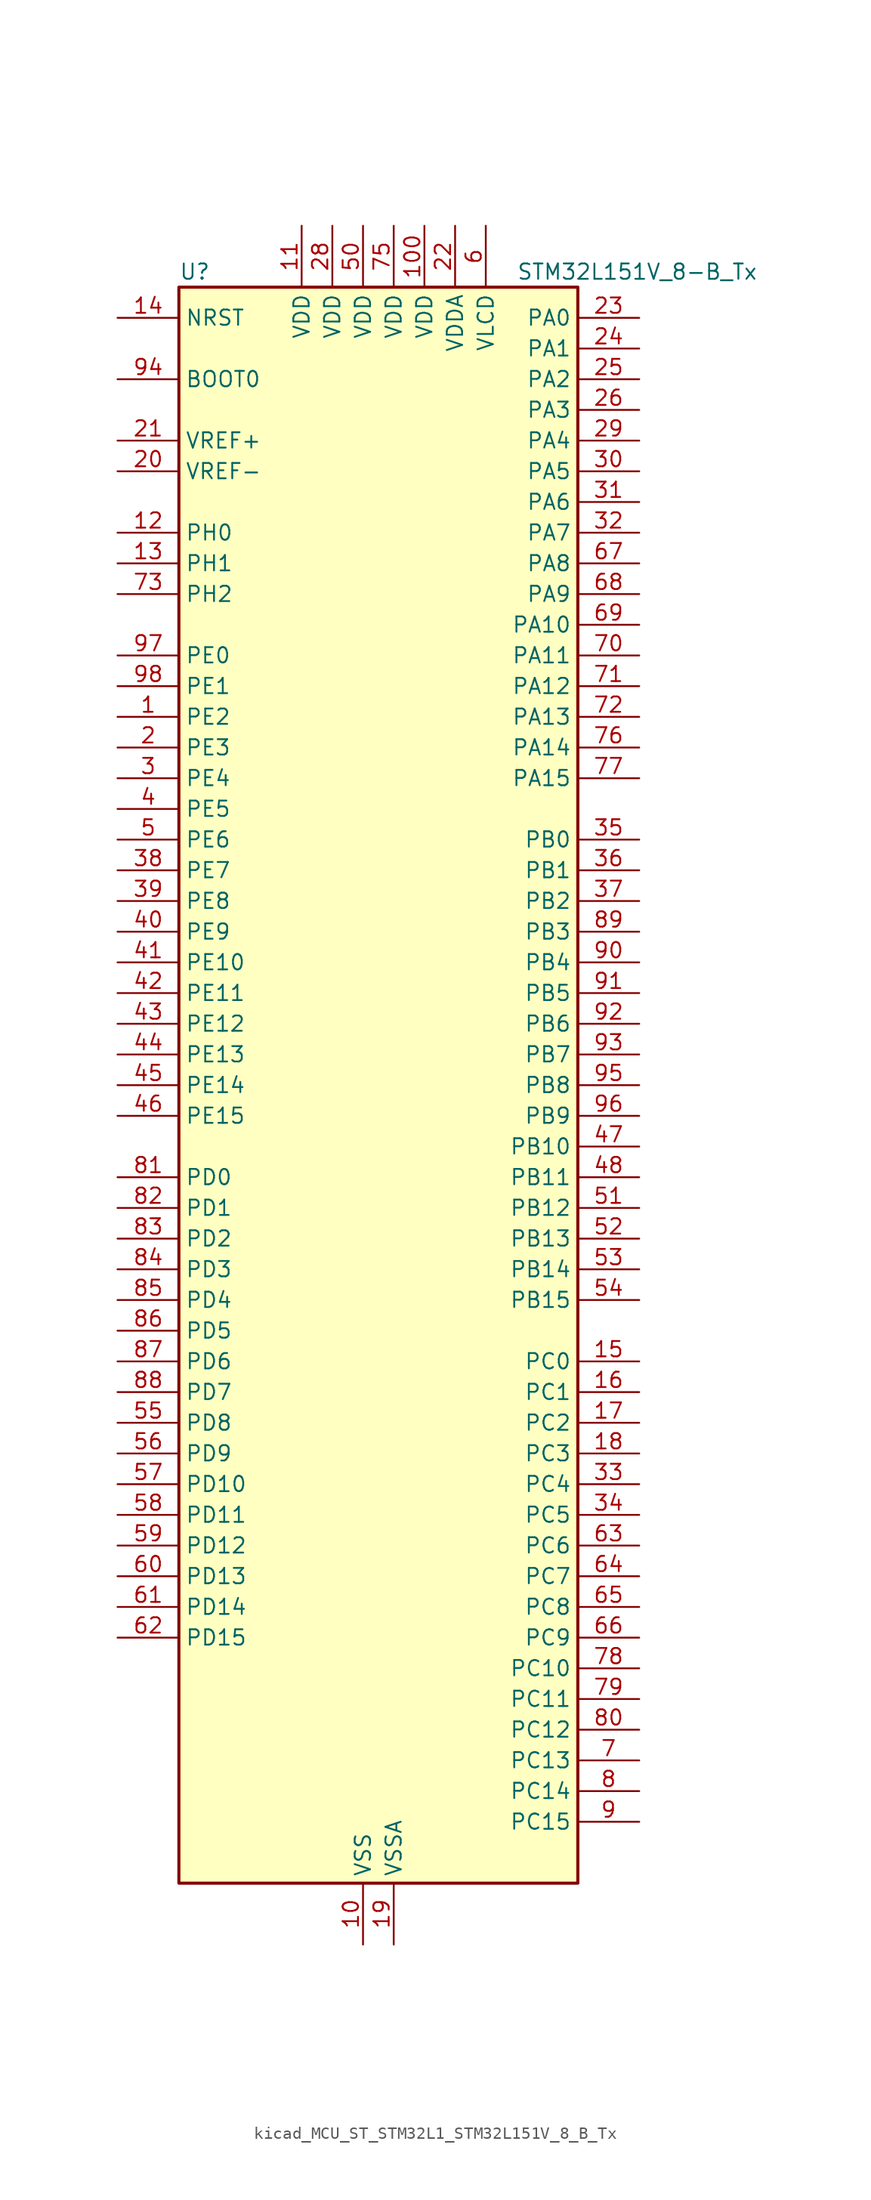
<source format=kicad_sym>
(kicad_symbol_lib
  (version 20220914)
  (generator kicad_symbol_editor)
  (symbol "kicad_MCU_ST_STM32L1_STM32L151V_8_B_Tx"
    (property "Reference" "U"
      (at -15.24 67.31 0)
      (effects (font (size 1.27 1.27)) (justify left)))
    (property "Value" "STM32L151V_8-B_Tx"
      (at 12.7 67.31 0)
      (effects (font (size 1.27 1.27)) (justify left)))
    (property "ki_locked" ""
      (at 0 0 0)
      (effects (font (size 1.27 1.27))))
    (symbol "kicad_MCU_ST_STM32L1_STM32L151V_8_B_Tx_0_1"
      (rectangle (start -15.24 -66.04) (end 17.78 66.04) (stroke (width 0.254) (type default)) (fill (type background))))
    (symbol "kicad_MCU_ST_STM32L1_STM32L151V_8_B_Tx_1_1"
      (pin bidirectional line (at -20.32 30.48 0) (length 5.08) (name "PE2" (effects (font (size 1.27 1.27)))) (number "1" (effects (font (size 1.27 1.27)))) (alternate "SYS_TRACECK" bidirectional line) (alternate "TIM3_ETR" bidirectional line) (alternate "TIMX_IC3" bidirectional line))
      (pin power_in line (at 0 -71.12 90) (length 5.08) (name "VSS" (effects (font (size 1.27 1.27)))) (number "10" (effects (font (size 1.27 1.27)))))
      (pin power_in line (at 5.08 71.12 270) (length 5.08) (name "VDD" (effects (font (size 1.27 1.27)))) (number "100" (effects (font (size 1.27 1.27)))))
      (pin power_in line (at -5.08 71.12 270) (length 5.08) (name "VDD" (effects (font (size 1.27 1.27)))) (number "11" (effects (font (size 1.27 1.27)))))
      (pin bidirectional line (at -20.32 45.72 0) (length 5.08) (name "PH0" (effects (font (size 1.27 1.27)))) (number "12" (effects (font (size 1.27 1.27)))) (alternate "RCC_OSC_IN" bidirectional line))
      (pin bidirectional line (at -20.32 43.18 0) (length 5.08) (name "PH1" (effects (font (size 1.27 1.27)))) (number "13" (effects (font (size 1.27 1.27)))) (alternate "RCC_OSC_OUT" bidirectional line))
      (pin input line (at -20.32 63.5 0) (length 5.08) (name "NRST" (effects (font (size 1.27 1.27)))) (number "14" (effects (font (size 1.27 1.27)))))
      (pin bidirectional line (at 22.86 -22.86 180) (length 5.08) (name "PC0" (effects (font (size 1.27 1.27)))) (number "15" (effects (font (size 1.27 1.27)))) (alternate "ADC_IN10" bidirectional line) (alternate "COMP1_INP" bidirectional line) (alternate "TIMX_IC1" bidirectional line) (alternate "TS_G8_IO1" bidirectional line))
      (pin bidirectional line (at 22.86 -25.4 180) (length 5.08) (name "PC1" (effects (font (size 1.27 1.27)))) (number "16" (effects (font (size 1.27 1.27)))) (alternate "ADC_IN11" bidirectional line) (alternate "COMP1_INP" bidirectional line) (alternate "TIMX_IC2" bidirectional line) (alternate "TS_G8_IO2" bidirectional line))
      (pin bidirectional line (at 22.86 -27.94 180) (length 5.08) (name "PC2" (effects (font (size 1.27 1.27)))) (number "17" (effects (font (size 1.27 1.27)))) (alternate "ADC_IN12" bidirectional line) (alternate "COMP1_INP" bidirectional line) (alternate "TIMX_IC3" bidirectional line) (alternate "TS_G8_IO3" bidirectional line))
      (pin bidirectional line (at 22.86 -30.48 180) (length 5.08) (name "PC3" (effects (font (size 1.27 1.27)))) (number "18" (effects (font (size 1.27 1.27)))) (alternate "ADC_IN13" bidirectional line) (alternate "COMP1_INP" bidirectional line) (alternate "TIMX_IC4" bidirectional line) (alternate "TS_G8_IO4" bidirectional line))
      (pin power_in line (at 2.54 -71.12 90) (length 5.08) (name "VSSA" (effects (font (size 1.27 1.27)))) (number "19" (effects (font (size 1.27 1.27)))))
      (pin bidirectional line (at -20.32 27.94 0) (length 5.08) (name "PE3" (effects (font (size 1.27 1.27)))) (number "2" (effects (font (size 1.27 1.27)))) (alternate "SYS_TRACED0" bidirectional line) (alternate "TIM3_CH1" bidirectional line) (alternate "TIMX_IC4" bidirectional line))
      (pin input line (at -20.32 50.8 0) (length 5.08) (name "VREF-" (effects (font (size 1.27 1.27)))) (number "20" (effects (font (size 1.27 1.27)))))
      (pin input line (at -20.32 53.34 0) (length 5.08) (name "VREF+" (effects (font (size 1.27 1.27)))) (number "21" (effects (font (size 1.27 1.27)))))
      (pin power_in line (at 7.62 71.12 270) (length 5.08) (name "VDDA" (effects (font (size 1.27 1.27)))) (number "22" (effects (font (size 1.27 1.27)))))
      (pin bidirectional line (at 22.86 63.5 180) (length 5.08) (name "PA0" (effects (font (size 1.27 1.27)))) (number "23" (effects (font (size 1.27 1.27)))) (alternate "ADC_IN0" bidirectional line) (alternate "COMP1_INP" bidirectional line) (alternate "SYS_WKUP1" bidirectional line) (alternate "TIM2_CH1" bidirectional line) (alternate "TIM2_ETR" bidirectional line) (alternate "TIMX_IC1" bidirectional line) (alternate "TS_G1_IO1" bidirectional line) (alternate "USART2_CTS" bidirectional line))
      (pin bidirectional line (at 22.86 60.96 180) (length 5.08) (name "PA1" (effects (font (size 1.27 1.27)))) (number "24" (effects (font (size 1.27 1.27)))) (alternate "ADC_IN1" bidirectional line) (alternate "COMP1_INP" bidirectional line) (alternate "TIM2_CH2" bidirectional line) (alternate "TIMX_IC2" bidirectional line) (alternate "TS_G1_IO2" bidirectional line) (alternate "USART2_RTS" bidirectional line))
      (pin bidirectional line (at 22.86 58.42 180) (length 5.08) (name "PA2" (effects (font (size 1.27 1.27)))) (number "25" (effects (font (size 1.27 1.27)))) (alternate "ADC_IN2" bidirectional line) (alternate "COMP1_INP" bidirectional line) (alternate "TIM2_CH3" bidirectional line) (alternate "TIM9_CH1" bidirectional line) (alternate "TIMX_IC3" bidirectional line) (alternate "TS_G1_IO3" bidirectional line) (alternate "USART2_TX" bidirectional line))
      (pin bidirectional line (at 22.86 55.88 180) (length 5.08) (name "PA3" (effects (font (size 1.27 1.27)))) (number "26" (effects (font (size 1.27 1.27)))) (alternate "ADC_IN3" bidirectional line) (alternate "COMP1_INP" bidirectional line) (alternate "TIM2_CH4" bidirectional line) (alternate "TIM9_CH2" bidirectional line) (alternate "TIMX_IC4" bidirectional line) (alternate "TS_G1_IO4" bidirectional line) (alternate "USART2_RX" bidirectional line))
      (pin passive line (at 0 -71.12 90) (length 5.08) hide (name "VSS" (effects (font (size 1.27 1.27)))) (number "27" (effects (font (size 1.27 1.27)))))
      (pin power_in line (at -2.54 71.12 270) (length 5.08) (name "VDD" (effects (font (size 1.27 1.27)))) (number "28" (effects (font (size 1.27 1.27)))))
      (pin bidirectional line (at 22.86 53.34 180) (length 5.08) (name "PA4" (effects (font (size 1.27 1.27)))) (number "29" (effects (font (size 1.27 1.27)))) (alternate "ADC_IN4" bidirectional line) (alternate "COMP1_INP" bidirectional line) (alternate "DAC_OUT1" bidirectional line) (alternate "SPI1_NSS" bidirectional line) (alternate "TIMX_IC1" bidirectional line) (alternate "USART2_CK" bidirectional line))
      (pin bidirectional line (at -20.32 25.4 0) (length 5.08) (name "PE4" (effects (font (size 1.27 1.27)))) (number "3" (effects (font (size 1.27 1.27)))) (alternate "SYS_TRACED1" bidirectional line) (alternate "TIM3_CH2" bidirectional line) (alternate "TIMX_IC1" bidirectional line))
      (pin bidirectional line (at 22.86 50.8 180) (length 5.08) (name "PA5" (effects (font (size 1.27 1.27)))) (number "30" (effects (font (size 1.27 1.27)))) (alternate "ADC_IN5" bidirectional line) (alternate "COMP1_INP" bidirectional line) (alternate "DAC_OUT2" bidirectional line) (alternate "SPI1_SCK" bidirectional line) (alternate "TIM2_CH1" bidirectional line) (alternate "TIM2_ETR" bidirectional line) (alternate "TIMX_IC2" bidirectional line))
      (pin bidirectional line (at 22.86 48.26 180) (length 5.08) (name "PA6" (effects (font (size 1.27 1.27)))) (number "31" (effects (font (size 1.27 1.27)))) (alternate "ADC_IN6" bidirectional line) (alternate "COMP1_INP" bidirectional line) (alternate "SPI1_MISO" bidirectional line) (alternate "TIM10_CH1" bidirectional line) (alternate "TIM3_CH1" bidirectional line) (alternate "TIMX_IC3" bidirectional line) (alternate "TS_G2_IO1" bidirectional line))
      (pin bidirectional line (at 22.86 45.72 180) (length 5.08) (name "PA7" (effects (font (size 1.27 1.27)))) (number "32" (effects (font (size 1.27 1.27)))) (alternate "ADC_IN7" bidirectional line) (alternate "COMP1_INP" bidirectional line) (alternate "SPI1_MOSI" bidirectional line) (alternate "TIM11_CH1" bidirectional line) (alternate "TIM3_CH2" bidirectional line) (alternate "TIMX_IC4" bidirectional line) (alternate "TS_G2_IO2" bidirectional line))
      (pin bidirectional line (at 22.86 -33.02 180) (length 5.08) (name "PC4" (effects (font (size 1.27 1.27)))) (number "33" (effects (font (size 1.27 1.27)))) (alternate "ADC_IN14" bidirectional line) (alternate "COMP1_INP" bidirectional line) (alternate "TIMX_IC1" bidirectional line) (alternate "TS_G9_IO1" bidirectional line))
      (pin bidirectional line (at 22.86 -35.56 180) (length 5.08) (name "PC5" (effects (font (size 1.27 1.27)))) (number "34" (effects (font (size 1.27 1.27)))) (alternate "ADC_IN15" bidirectional line) (alternate "COMP1_INP" bidirectional line) (alternate "TIMX_IC2" bidirectional line) (alternate "TS_G9_IO2" bidirectional line))
      (pin bidirectional line (at 22.86 20.32 180) (length 5.08) (name "PB0" (effects (font (size 1.27 1.27)))) (number "35" (effects (font (size 1.27 1.27)))) (alternate "ADC_IN8" bidirectional line) (alternate "COMP1_INP" bidirectional line) (alternate "SYS_V_REF_OUT" bidirectional line) (alternate "TIM3_CH3" bidirectional line) (alternate "TS_G3_IO1" bidirectional line))
      (pin bidirectional line (at 22.86 17.78 180) (length 5.08) (name "PB1" (effects (font (size 1.27 1.27)))) (number "36" (effects (font (size 1.27 1.27)))) (alternate "ADC_IN9" bidirectional line) (alternate "COMP1_INP" bidirectional line) (alternate "SYS_V_REF_OUT" bidirectional line) (alternate "TIM3_CH4" bidirectional line) (alternate "TS_G3_IO2" bidirectional line))
      (pin bidirectional line (at 22.86 15.24 180) (length 5.08) (name "PB2" (effects (font (size 1.27 1.27)))) (number "37" (effects (font (size 1.27 1.27)))))
      (pin bidirectional line (at -20.32 17.78 0) (length 5.08) (name "PE7" (effects (font (size 1.27 1.27)))) (number "38" (effects (font (size 1.27 1.27)))) (alternate "ADC_IN22" bidirectional line) (alternate "COMP1_INP" bidirectional line) (alternate "TIMX_IC4" bidirectional line))
      (pin bidirectional line (at -20.32 15.24 0) (length 5.08) (name "PE8" (effects (font (size 1.27 1.27)))) (number "39" (effects (font (size 1.27 1.27)))) (alternate "ADC_IN23" bidirectional line) (alternate "COMP1_INP" bidirectional line) (alternate "TIMX_IC1" bidirectional line))
      (pin bidirectional line (at -20.32 22.86 0) (length 5.08) (name "PE5" (effects (font (size 1.27 1.27)))) (number "4" (effects (font (size 1.27 1.27)))) (alternate "SYS_TRACED2" bidirectional line) (alternate "TIM9_CH1" bidirectional line) (alternate "TIMX_IC2" bidirectional line))
      (pin bidirectional line (at -20.32 12.7 0) (length 5.08) (name "PE9" (effects (font (size 1.27 1.27)))) (number "40" (effects (font (size 1.27 1.27)))) (alternate "ADC_IN24" bidirectional line) (alternate "COMP1_INP" bidirectional line) (alternate "DAC_EXTI9" bidirectional line) (alternate "TIM2_CH1" bidirectional line) (alternate "TIM2_ETR" bidirectional line) (alternate "TIMX_IC2" bidirectional line))
      (pin bidirectional line (at -20.32 10.16 0) (length 5.08) (name "PE10" (effects (font (size 1.27 1.27)))) (number "41" (effects (font (size 1.27 1.27)))) (alternate "ADC_IN25" bidirectional line) (alternate "COMP1_INP" bidirectional line) (alternate "TIM2_CH2" bidirectional line) (alternate "TIMX_IC3" bidirectional line))
      (pin bidirectional line (at -20.32 7.62 0) (length 5.08) (name "PE11" (effects (font (size 1.27 1.27)))) (number "42" (effects (font (size 1.27 1.27)))) (alternate "ADC_EXTI11" bidirectional line) (alternate "TIM2_CH3" bidirectional line) (alternate "TIMX_IC4" bidirectional line))
      (pin bidirectional line (at -20.32 5.08 0) (length 5.08) (name "PE12" (effects (font (size 1.27 1.27)))) (number "43" (effects (font (size 1.27 1.27)))) (alternate "SPI1_NSS" bidirectional line) (alternate "TIM2_CH4" bidirectional line) (alternate "TIMX_IC1" bidirectional line))
      (pin bidirectional line (at -20.32 2.54 0) (length 5.08) (name "PE13" (effects (font (size 1.27 1.27)))) (number "44" (effects (font (size 1.27 1.27)))) (alternate "SPI1_SCK" bidirectional line) (alternate "TIMX_IC2" bidirectional line))
      (pin bidirectional line (at -20.32 0 0) (length 5.08) (name "PE14" (effects (font (size 1.27 1.27)))) (number "45" (effects (font (size 1.27 1.27)))) (alternate "SPI1_MISO" bidirectional line) (alternate "TIMX_IC3" bidirectional line))
      (pin bidirectional line (at -20.32 -2.54 0) (length 5.08) (name "PE15" (effects (font (size 1.27 1.27)))) (number "46" (effects (font (size 1.27 1.27)))) (alternate "ADC_EXTI15" bidirectional line) (alternate "SPI1_MOSI" bidirectional line) (alternate "TIMX_IC4" bidirectional line))
      (pin bidirectional line (at 22.86 -5.08 180) (length 5.08) (name "PB10" (effects (font (size 1.27 1.27)))) (number "47" (effects (font (size 1.27 1.27)))) (alternate "I2C2_SCL" bidirectional line) (alternate "TIM2_CH3" bidirectional line) (alternate "USART3_TX" bidirectional line))
      (pin bidirectional line (at 22.86 -7.62 180) (length 5.08) (name "PB11" (effects (font (size 1.27 1.27)))) (number "48" (effects (font (size 1.27 1.27)))) (alternate "ADC_EXTI11" bidirectional line) (alternate "I2C2_SDA" bidirectional line) (alternate "TIM2_CH4" bidirectional line) (alternate "USART3_RX" bidirectional line))
      (pin passive line (at 0 -71.12 90) (length 5.08) hide (name "VSS" (effects (font (size 1.27 1.27)))) (number "49" (effects (font (size 1.27 1.27)))))
      (pin bidirectional line (at -20.32 20.32 0) (length 5.08) (name "PE6" (effects (font (size 1.27 1.27)))) (number "5" (effects (font (size 1.27 1.27)))) (alternate "SYS_TRACED3" bidirectional line) (alternate "SYS_WKUP3" bidirectional line) (alternate "TIM9_CH2" bidirectional line) (alternate "TIMX_IC3" bidirectional line))
      (pin power_in line (at 0 71.12 270) (length 5.08) (name "VDD" (effects (font (size 1.27 1.27)))) (number "50" (effects (font (size 1.27 1.27)))))
      (pin bidirectional line (at 22.86 -10.16 180) (length 5.08) (name "PB12" (effects (font (size 1.27 1.27)))) (number "51" (effects (font (size 1.27 1.27)))) (alternate "ADC_IN18" bidirectional line) (alternate "COMP1_INP" bidirectional line) (alternate "I2C2_SMBA" bidirectional line) (alternate "SPI2_NSS" bidirectional line) (alternate "TIM10_CH1" bidirectional line) (alternate "TS_G7_IO1" bidirectional line) (alternate "USART3_CK" bidirectional line))
      (pin bidirectional line (at 22.86 -12.7 180) (length 5.08) (name "PB13" (effects (font (size 1.27 1.27)))) (number "52" (effects (font (size 1.27 1.27)))) (alternate "ADC_IN19" bidirectional line) (alternate "COMP1_INP" bidirectional line) (alternate "SPI2_SCK" bidirectional line) (alternate "TIM9_CH1" bidirectional line) (alternate "TS_G7_IO2" bidirectional line) (alternate "USART3_CTS" bidirectional line))
      (pin bidirectional line (at 22.86 -15.24 180) (length 5.08) (name "PB14" (effects (font (size 1.27 1.27)))) (number "53" (effects (font (size 1.27 1.27)))) (alternate "ADC_IN20" bidirectional line) (alternate "COMP1_INP" bidirectional line) (alternate "SPI2_MISO" bidirectional line) (alternate "TIM9_CH2" bidirectional line) (alternate "TS_G7_IO3" bidirectional line) (alternate "USART3_RTS" bidirectional line))
      (pin bidirectional line (at 22.86 -17.78 180) (length 5.08) (name "PB15" (effects (font (size 1.27 1.27)))) (number "54" (effects (font (size 1.27 1.27)))) (alternate "ADC_EXTI15" bidirectional line) (alternate "ADC_IN21" bidirectional line) (alternate "COMP1_INP" bidirectional line) (alternate "RTC_REFIN" bidirectional line) (alternate "SPI2_MOSI" bidirectional line) (alternate "TIM11_CH1" bidirectional line) (alternate "TS_G7_IO4" bidirectional line))
      (pin bidirectional line (at -20.32 -27.94 0) (length 5.08) (name "PD8" (effects (font (size 1.27 1.27)))) (number "55" (effects (font (size 1.27 1.27)))) (alternate "TIMX_IC1" bidirectional line) (alternate "USART3_TX" bidirectional line))
      (pin bidirectional line (at -20.32 -30.48 0) (length 5.08) (name "PD9" (effects (font (size 1.27 1.27)))) (number "56" (effects (font (size 1.27 1.27)))) (alternate "DAC_EXTI9" bidirectional line) (alternate "TIMX_IC2" bidirectional line) (alternate "USART3_RX" bidirectional line))
      (pin bidirectional line (at -20.32 -33.02 0) (length 5.08) (name "PD10" (effects (font (size 1.27 1.27)))) (number "57" (effects (font (size 1.27 1.27)))) (alternate "TIMX_IC3" bidirectional line) (alternate "USART3_CK" bidirectional line))
      (pin bidirectional line (at -20.32 -35.56 0) (length 5.08) (name "PD11" (effects (font (size 1.27 1.27)))) (number "58" (effects (font (size 1.27 1.27)))) (alternate "ADC_EXTI11" bidirectional line) (alternate "TIMX_IC4" bidirectional line) (alternate "USART3_CTS" bidirectional line))
      (pin bidirectional line (at -20.32 -38.1 0) (length 5.08) (name "PD12" (effects (font (size 1.27 1.27)))) (number "59" (effects (font (size 1.27 1.27)))) (alternate "TIM4_CH1" bidirectional line) (alternate "TIMX_IC1" bidirectional line) (alternate "USART3_RTS" bidirectional line))
      (pin power_in line (at 10.16 71.12 270) (length 5.08) (name "VLCD" (effects (font (size 1.27 1.27)))) (number "6" (effects (font (size 1.27 1.27)))))
      (pin bidirectional line (at -20.32 -40.64 0) (length 5.08) (name "PD13" (effects (font (size 1.27 1.27)))) (number "60" (effects (font (size 1.27 1.27)))) (alternate "TIM4_CH2" bidirectional line) (alternate "TIMX_IC2" bidirectional line))
      (pin bidirectional line (at -20.32 -43.18 0) (length 5.08) (name "PD14" (effects (font (size 1.27 1.27)))) (number "61" (effects (font (size 1.27 1.27)))) (alternate "TIM4_CH3" bidirectional line) (alternate "TIMX_IC3" bidirectional line))
      (pin bidirectional line (at -20.32 -45.72 0) (length 5.08) (name "PD15" (effects (font (size 1.27 1.27)))) (number "62" (effects (font (size 1.27 1.27)))) (alternate "ADC_EXTI15" bidirectional line) (alternate "TIM4_CH4" bidirectional line) (alternate "TIMX_IC4" bidirectional line))
      (pin bidirectional line (at 22.86 -38.1 180) (length 5.08) (name "PC6" (effects (font (size 1.27 1.27)))) (number "63" (effects (font (size 1.27 1.27)))) (alternate "TIM3_CH1" bidirectional line) (alternate "TIMX_IC3" bidirectional line) (alternate "TS_G10_IO1" bidirectional line))
      (pin bidirectional line (at 22.86 -40.64 180) (length 5.08) (name "PC7" (effects (font (size 1.27 1.27)))) (number "64" (effects (font (size 1.27 1.27)))) (alternate "TIM3_CH2" bidirectional line) (alternate "TIMX_IC4" bidirectional line) (alternate "TS_G10_IO2" bidirectional line))
      (pin bidirectional line (at 22.86 -43.18 180) (length 5.08) (name "PC8" (effects (font (size 1.27 1.27)))) (number "65" (effects (font (size 1.27 1.27)))) (alternate "TIM3_CH3" bidirectional line) (alternate "TIMX_IC1" bidirectional line) (alternate "TS_G10_IO3" bidirectional line))
      (pin bidirectional line (at 22.86 -45.72 180) (length 5.08) (name "PC9" (effects (font (size 1.27 1.27)))) (number "66" (effects (font (size 1.27 1.27)))) (alternate "DAC_EXTI9" bidirectional line) (alternate "TIM3_CH4" bidirectional line) (alternate "TIMX_IC2" bidirectional line) (alternate "TS_G10_IO4" bidirectional line))
      (pin bidirectional line (at 22.86 43.18 180) (length 5.08) (name "PA8" (effects (font (size 1.27 1.27)))) (number "67" (effects (font (size 1.27 1.27)))) (alternate "RCC_MCO" bidirectional line) (alternate "TIMX_IC1" bidirectional line) (alternate "TS_G4_IO1" bidirectional line) (alternate "USART1_CK" bidirectional line))
      (pin bidirectional line (at 22.86 40.64 180) (length 5.08) (name "PA9" (effects (font (size 1.27 1.27)))) (number "68" (effects (font (size 1.27 1.27)))) (alternate "DAC_EXTI9" bidirectional line) (alternate "TIMX_IC2" bidirectional line) (alternate "TS_G4_IO2" bidirectional line) (alternate "USART1_TX" bidirectional line))
      (pin bidirectional line (at 22.86 38.1 180) (length 5.08) (name "PA10" (effects (font (size 1.27 1.27)))) (number "69" (effects (font (size 1.27 1.27)))) (alternate "TIMX_IC3" bidirectional line) (alternate "TS_G4_IO3" bidirectional line) (alternate "USART1_RX" bidirectional line))
      (pin bidirectional line (at 22.86 -55.88 180) (length 5.08) (name "PC13" (effects (font (size 1.27 1.27)))) (number "7" (effects (font (size 1.27 1.27)))) (alternate "RTC_OUT_ALARM" bidirectional line) (alternate "RTC_OUT_CALIB" bidirectional line) (alternate "RTC_TAMP1" bidirectional line) (alternate "RTC_TS" bidirectional line) (alternate "SYS_WKUP2" bidirectional line) (alternate "TIMX_IC2" bidirectional line))
      (pin bidirectional line (at 22.86 35.56 180) (length 5.08) (name "PA11" (effects (font (size 1.27 1.27)))) (number "70" (effects (font (size 1.27 1.27)))) (alternate "ADC_EXTI11" bidirectional line) (alternate "SPI1_MISO" bidirectional line) (alternate "TIMX_IC4" bidirectional line) (alternate "USART1_CTS" bidirectional line) (alternate "USB_DM" bidirectional line))
      (pin bidirectional line (at 22.86 33.02 180) (length 5.08) (name "PA12" (effects (font (size 1.27 1.27)))) (number "71" (effects (font (size 1.27 1.27)))) (alternate "SPI1_MOSI" bidirectional line) (alternate "TIMX_IC1" bidirectional line) (alternate "USART1_RTS" bidirectional line) (alternate "USB_DP" bidirectional line))
      (pin bidirectional line (at 22.86 30.48 180) (length 5.08) (name "PA13" (effects (font (size 1.27 1.27)))) (number "72" (effects (font (size 1.27 1.27)))) (alternate "SYS_JTMS-SWDIO" bidirectional line) (alternate "TIMX_IC2" bidirectional line) (alternate "TS_G5_IO1" bidirectional line))
      (pin bidirectional line (at -20.32 40.64 0) (length 5.08) (name "PH2" (effects (font (size 1.27 1.27)))) (number "73" (effects (font (size 1.27 1.27)))))
      (pin passive line (at 0 -71.12 90) (length 5.08) hide (name "VSS" (effects (font (size 1.27 1.27)))) (number "74" (effects (font (size 1.27 1.27)))))
      (pin power_in line (at 2.54 71.12 270) (length 5.08) (name "VDD" (effects (font (size 1.27 1.27)))) (number "75" (effects (font (size 1.27 1.27)))))
      (pin bidirectional line (at 22.86 27.94 180) (length 5.08) (name "PA14" (effects (font (size 1.27 1.27)))) (number "76" (effects (font (size 1.27 1.27)))) (alternate "SYS_JTCK-SWCLK" bidirectional line) (alternate "TIMX_IC3" bidirectional line) (alternate "TS_G5_IO2" bidirectional line))
      (pin bidirectional line (at 22.86 25.4 180) (length 5.08) (name "PA15" (effects (font (size 1.27 1.27)))) (number "77" (effects (font (size 1.27 1.27)))) (alternate "ADC_EXTI15" bidirectional line) (alternate "SPI1_NSS" bidirectional line) (alternate "SYS_JTDI" bidirectional line) (alternate "TIM2_CH1" bidirectional line) (alternate "TIM2_ETR" bidirectional line) (alternate "TIMX_IC4" bidirectional line) (alternate "TS_G5_IO3" bidirectional line))
      (pin bidirectional line (at 22.86 -48.26 180) (length 5.08) (name "PC10" (effects (font (size 1.27 1.27)))) (number "78" (effects (font (size 1.27 1.27)))) (alternate "TIMX_IC3" bidirectional line) (alternate "USART3_TX" bidirectional line))
      (pin bidirectional line (at 22.86 -50.8 180) (length 5.08) (name "PC11" (effects (font (size 1.27 1.27)))) (number "79" (effects (font (size 1.27 1.27)))) (alternate "ADC_EXTI11" bidirectional line) (alternate "TIMX_IC4" bidirectional line) (alternate "USART3_RX" bidirectional line))
      (pin bidirectional line (at 22.86 -58.42 180) (length 5.08) (name "PC14" (effects (font (size 1.27 1.27)))) (number "8" (effects (font (size 1.27 1.27)))) (alternate "RCC_OSC32_IN" bidirectional line) (alternate "TIMX_IC3" bidirectional line))
      (pin bidirectional line (at 22.86 -53.34 180) (length 5.08) (name "PC12" (effects (font (size 1.27 1.27)))) (number "80" (effects (font (size 1.27 1.27)))) (alternate "TIMX_IC1" bidirectional line) (alternate "USART3_CK" bidirectional line))
      (pin bidirectional line (at -20.32 -7.62 0) (length 5.08) (name "PD0" (effects (font (size 1.27 1.27)))) (number "81" (effects (font (size 1.27 1.27)))) (alternate "SPI2_NSS" bidirectional line) (alternate "TIM9_CH1" bidirectional line) (alternate "TIMX_IC1" bidirectional line))
      (pin bidirectional line (at -20.32 -10.16 0) (length 5.08) (name "PD1" (effects (font (size 1.27 1.27)))) (number "82" (effects (font (size 1.27 1.27)))) (alternate "SPI2_SCK" bidirectional line) (alternate "TIMX_IC2" bidirectional line))
      (pin bidirectional line (at -20.32 -12.7 0) (length 5.08) (name "PD2" (effects (font (size 1.27 1.27)))) (number "83" (effects (font (size 1.27 1.27)))) (alternate "TIM3_ETR" bidirectional line) (alternate "TIMX_IC3" bidirectional line))
      (pin bidirectional line (at -20.32 -15.24 0) (length 5.08) (name "PD3" (effects (font (size 1.27 1.27)))) (number "84" (effects (font (size 1.27 1.27)))) (alternate "SPI2_MISO" bidirectional line) (alternate "TIMX_IC4" bidirectional line) (alternate "USART2_CTS" bidirectional line))
      (pin bidirectional line (at -20.32 -17.78 0) (length 5.08) (name "PD4" (effects (font (size 1.27 1.27)))) (number "85" (effects (font (size 1.27 1.27)))) (alternate "SPI2_MOSI" bidirectional line) (alternate "TIMX_IC1" bidirectional line) (alternate "USART2_RTS" bidirectional line))
      (pin bidirectional line (at -20.32 -20.32 0) (length 5.08) (name "PD5" (effects (font (size 1.27 1.27)))) (number "86" (effects (font (size 1.27 1.27)))) (alternate "TIMX_IC2" bidirectional line) (alternate "USART2_TX" bidirectional line))
      (pin bidirectional line (at -20.32 -22.86 0) (length 5.08) (name "PD6" (effects (font (size 1.27 1.27)))) (number "87" (effects (font (size 1.27 1.27)))) (alternate "TIMX_IC3" bidirectional line) (alternate "USART2_RX" bidirectional line))
      (pin bidirectional line (at -20.32 -25.4 0) (length 5.08) (name "PD7" (effects (font (size 1.27 1.27)))) (number "88" (effects (font (size 1.27 1.27)))) (alternate "TIM9_CH2" bidirectional line) (alternate "TIMX_IC4" bidirectional line) (alternate "USART2_CK" bidirectional line))
      (pin bidirectional line (at 22.86 12.7 180) (length 5.08) (name "PB3" (effects (font (size 1.27 1.27)))) (number "89" (effects (font (size 1.27 1.27)))) (alternate "COMP2_INM" bidirectional line) (alternate "SPI1_SCK" bidirectional line) (alternate "SYS_JTDO-TRACESWO" bidirectional line) (alternate "TIM2_CH2" bidirectional line))
      (pin bidirectional line (at 22.86 -60.96 180) (length 5.08) (name "PC15" (effects (font (size 1.27 1.27)))) (number "9" (effects (font (size 1.27 1.27)))) (alternate "ADC_EXTI15" bidirectional line) (alternate "RCC_OSC32_OUT" bidirectional line) (alternate "TIMX_IC4" bidirectional line))
      (pin bidirectional line (at 22.86 10.16 180) (length 5.08) (name "PB4" (effects (font (size 1.27 1.27)))) (number "90" (effects (font (size 1.27 1.27)))) (alternate "COMP2_INP" bidirectional line) (alternate "SPI1_MISO" bidirectional line) (alternate "SYS_JTRST" bidirectional line) (alternate "TIM3_CH1" bidirectional line) (alternate "TS_G6_IO1" bidirectional line))
      (pin bidirectional line (at 22.86 7.62 180) (length 5.08) (name "PB5" (effects (font (size 1.27 1.27)))) (number "91" (effects (font (size 1.27 1.27)))) (alternate "COMP2_INP" bidirectional line) (alternate "I2C1_SMBA" bidirectional line) (alternate "SPI1_MOSI" bidirectional line) (alternate "TIM3_CH2" bidirectional line) (alternate "TS_G6_IO2" bidirectional line))
      (pin bidirectional line (at 22.86 5.08 180) (length 5.08) (name "PB6" (effects (font (size 1.27 1.27)))) (number "92" (effects (font (size 1.27 1.27)))) (alternate "I2C1_SCL" bidirectional line) (alternate "TIM4_CH1" bidirectional line) (alternate "USART1_TX" bidirectional line))
      (pin bidirectional line (at 22.86 2.54 180) (length 5.08) (name "PB7" (effects (font (size 1.27 1.27)))) (number "93" (effects (font (size 1.27 1.27)))) (alternate "I2C1_SDA" bidirectional line) (alternate "SYS_PVD_IN" bidirectional line) (alternate "TIM4_CH2" bidirectional line) (alternate "USART1_RX" bidirectional line))
      (pin input line (at -20.32 58.42 0) (length 5.08) (name "BOOT0" (effects (font (size 1.27 1.27)))) (number "94" (effects (font (size 1.27 1.27)))))
      (pin bidirectional line (at 22.86 0 180) (length 5.08) (name "PB8" (effects (font (size 1.27 1.27)))) (number "95" (effects (font (size 1.27 1.27)))) (alternate "I2C1_SCL" bidirectional line) (alternate "TIM10_CH1" bidirectional line) (alternate "TIM4_CH3" bidirectional line))
      (pin bidirectional line (at 22.86 -2.54 180) (length 5.08) (name "PB9" (effects (font (size 1.27 1.27)))) (number "96" (effects (font (size 1.27 1.27)))) (alternate "DAC_EXTI9" bidirectional line) (alternate "I2C1_SDA" bidirectional line) (alternate "TIM11_CH1" bidirectional line) (alternate "TIM4_CH4" bidirectional line))
      (pin bidirectional line (at -20.32 35.56 0) (length 5.08) (name "PE0" (effects (font (size 1.27 1.27)))) (number "97" (effects (font (size 1.27 1.27)))) (alternate "TIM10_CH1" bidirectional line) (alternate "TIM4_ETR" bidirectional line) (alternate "TIMX_IC1" bidirectional line))
      (pin bidirectional line (at -20.32 33.02 0) (length 5.08) (name "PE1" (effects (font (size 1.27 1.27)))) (number "98" (effects (font (size 1.27 1.27)))) (alternate "TIM11_CH1" bidirectional line) (alternate "TIMX_IC2" bidirectional line))
      (pin passive line (at 0 -71.12 90) (length 5.08) hide (name "VSS" (effects (font (size 1.27 1.27)))) (number "99" (effects (font (size 1.27 1.27))))))))
</source>
